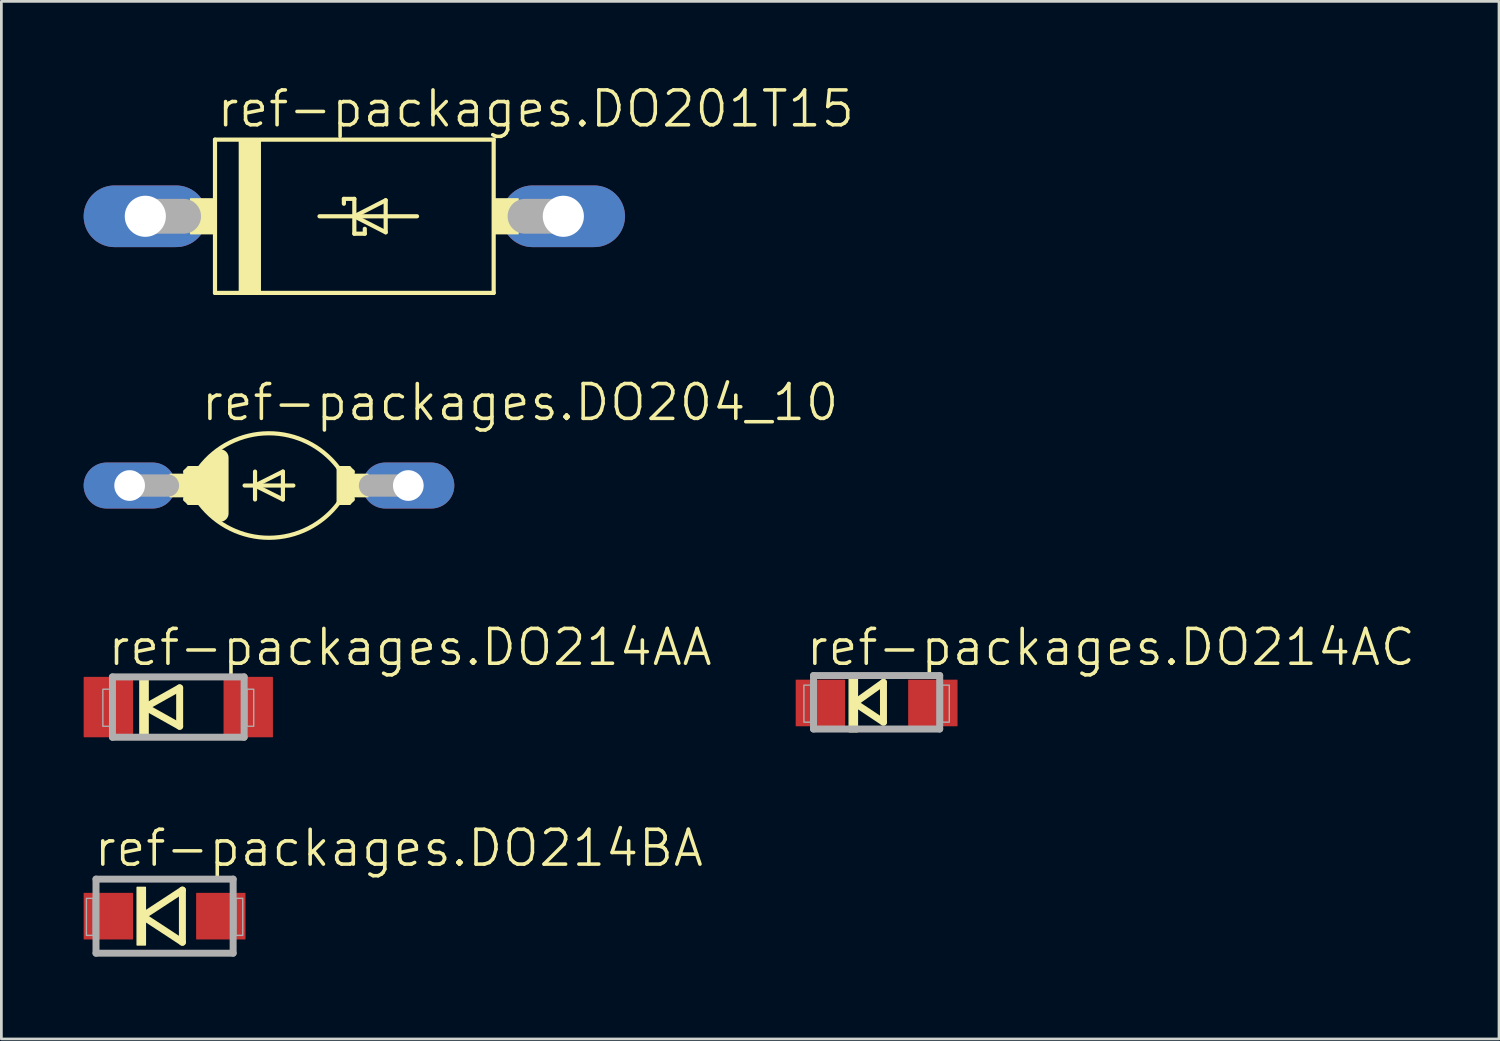
<source format=kicad_pcb>
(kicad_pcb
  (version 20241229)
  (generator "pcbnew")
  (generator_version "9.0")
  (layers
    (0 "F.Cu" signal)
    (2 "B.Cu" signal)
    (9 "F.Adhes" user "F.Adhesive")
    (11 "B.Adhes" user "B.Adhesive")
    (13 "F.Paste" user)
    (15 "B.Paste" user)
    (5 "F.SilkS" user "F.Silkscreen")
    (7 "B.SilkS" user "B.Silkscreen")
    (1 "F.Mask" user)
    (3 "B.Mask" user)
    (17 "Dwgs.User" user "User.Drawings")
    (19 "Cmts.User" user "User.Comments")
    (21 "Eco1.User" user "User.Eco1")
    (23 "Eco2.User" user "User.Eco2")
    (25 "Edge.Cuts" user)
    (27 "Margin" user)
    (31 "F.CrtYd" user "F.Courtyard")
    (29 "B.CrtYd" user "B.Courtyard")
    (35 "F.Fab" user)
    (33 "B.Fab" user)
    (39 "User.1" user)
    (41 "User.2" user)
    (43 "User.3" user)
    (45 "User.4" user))
  (footprint "ref-packages.DO214BA"
    (layer "F.Cu")
    (at 2.95 30.351)
    (property "Reference" "ref-packages.DO214BA" (at -2.64 -1.736 0) (layer "F.SilkS") (effects (font (size 1.27 1.27) (thickness 0.13)) (justify left bottom)))
    (attr smd)
    (fp_line (start -0.8 0) (end 0.65 -0.95) (stroke (width 0.254) (type default)) (layer "F.SilkS"))
    (fp_line (start 0.65 -0.95) (end 0.65 0.95) (stroke (width 0.254) (type default)) (layer "F.SilkS"))
    (fp_line (start 0.65 0.95) (end -0.8 0) (stroke (width 0.254) (type default)) (layer "F.SilkS"))
    (fp_rect (start -1 1.05) (end -0.7 -1.05) (stroke (width 0.05) (type default)) (fill yes) (layer "F.SilkS"))
    (fp_line (start -2.5 -1.35) (end 2.5 -1.35) (stroke (width 0.254) (type default)) (layer "F.Fab"))
    (fp_line (start -2.5 1.35) (end -2.5 -1.35) (stroke (width 0.254) (type default)) (layer "F.Fab"))
    (fp_line (start 2.5 -1.35) (end 2.5 1.35) (stroke (width 0.254) (type default)) (layer "F.Fab"))
    (fp_line (start 2.5 1.35) (end -2.5 1.35) (stroke (width 0.254) (type default)) (layer "F.Fab"))
    (fp_rect (start -2.85 0.7) (end -2.6 -0.65) (stroke (width 0.05) (type default)) (fill no) (layer "F.Fab"))
    (fp_rect (start 2.6 0.7) (end 2.85 -0.65) (stroke (width 0.05) (type default)) (fill no) (layer "F.Fab"))
    (pad "A" smd roundrect (at 2.05 0) (size 1.8 1.7) (layers "F.Cu" "F.Mask" "F.Paste") (roundrect_rratio 0.01))
    (pad "C" smd roundrect (at -2.05 0) (size 1.8 1.7) (layers "F.Cu" "F.Mask" "F.Paste") (roundrect_rratio 0.01)))
  (footprint "ref-packages.DO214AC"
    (layer "F.Cu")
    (at 28.909 22.578)
    (property "Reference" "ref-packages.DO214AC" (at -2.64 -1.286 0) (layer "F.SilkS") (effects (font (size 1.27 1.27) (thickness 0.13)) (justify left bottom)))
    (attr smd)
    (fp_line (start -0.8 0) (end 0.25 -0.75) (stroke (width 0.254) (type default)) (layer "F.SilkS"))
    (fp_line (start 0.25 -0.75) (end 0.25 0.7) (stroke (width 0.254) (type default)) (layer "F.SilkS"))
    (fp_line (start 0.25 0.7) (end -0.8 0) (stroke (width 0.254) (type default)) (layer "F.SilkS"))
    (fp_rect (start -1 1.05) (end -0.7 -1.05) (stroke (width 0.05) (type default)) (fill yes) (layer "F.SilkS"))
    (fp_line (start -2.3 -1) (end 2.3 -1) (stroke (width 0.254) (type default)) (layer "F.Fab"))
    (fp_line (start -2.3 0.95) (end -2.3 -1) (stroke (width 0.254) (type default)) (layer "F.Fab"))
    (fp_line (start 2.3 -1) (end 2.3 0.95) (stroke (width 0.254) (type default)) (layer "F.Fab"))
    (fp_line (start 2.3 0.95) (end -2.3 0.95) (stroke (width 0.254) (type default)) (layer "F.Fab"))
    (fp_rect (start -2.65 0.7) (end -2.4 -0.65) (stroke (width 0.05) (type default)) (fill no) (layer "F.Fab"))
    (fp_rect (start 2.4 0.7) (end 2.65 -0.65) (stroke (width 0.05) (type default)) (fill no) (layer "F.Fab"))
    (pad "A" smd roundrect (at 2.05 0) (size 1.8 1.7) (layers "F.Cu" "F.Mask" "F.Paste") (roundrect_rratio 0.01))
    (pad "C" smd roundrect (at -2.05 0) (size 1.8 1.7) (layers "F.Cu" "F.Mask" "F.Paste") (roundrect_rratio 0.01)))
  (footprint "ref-packages.DO204_10"
    (layer "F.Cu")
    (at 6.756 14.651)
    (property "Reference" "ref-packages.DO204_10" (at -2.54 -2.286 0) (layer "F.SilkS") (effects (font (size 1.27 1.27) (thickness 0.13)) (justify left bottom)))
    (attr through_hole)
    (fp_line (start -3.048 -0.508) (end -2.921 -0.635) (stroke (width 0.152) (type default)) (layer "F.SilkS"))
    (fp_line (start -3.048 0.508) (end -3.048 -0.508) (stroke (width 0.152) (type default)) (layer "F.SilkS"))
    (fp_line (start -3.048 0.508) (end -2.921 0.635) (stroke (width 0.152) (type default)) (layer "F.SilkS"))
    (fp_line (start -2.794 -0.381) (end -2.794 0.381) (stroke (width 0.61) (type default)) (layer "F.SilkS"))
    (fp_line (start -2.54 -0.635) (end -2.921 -0.635) (stroke (width 0.152) (type default)) (layer "F.SilkS"))
    (fp_line (start -2.54 -0.635) (end -2.54 0.635) (stroke (width 0.152) (type default)) (layer "F.SilkS"))
    (fp_line (start -2.54 0.635) (end -2.921 0.635) (stroke (width 0.152) (type default)) (layer "F.SilkS"))
    (fp_line (start -2.286 -0.508) (end -2.286 0.508) (stroke (width 0.61) (type default)) (layer "F.SilkS"))
    (fp_line (start -2.286 -0.508) (end -2.032 -0.762) (stroke (width 0.61) (type default)) (layer "F.SilkS"))
    (fp_line (start -2.032 0.762) (end -2.286 0.508) (stroke (width 0.61) (type default)) (layer "F.SilkS"))
    (fp_line (start -1.778 -1.016) (end -1.778 1.016) (stroke (width 0.61) (type default)) (layer "F.SilkS"))
    (fp_line (start -0.889 0) (end -0.508 0) (stroke (width 0.152) (type default)) (layer "F.SilkS"))
    (fp_line (start -0.508 -0.508) (end -0.508 0) (stroke (width 0.152) (type default)) (layer "F.SilkS"))
    (fp_line (start -0.508 0) (end -0.508 0.508) (stroke (width 0.152) (type default)) (layer "F.SilkS"))
    (fp_line (start -0.508 0) (end 0.508 -0.508) (stroke (width 0.152) (type default)) (layer "F.SilkS"))
    (fp_line (start -0.508 0) (end 0.889 0) (stroke (width 0.152) (type default)) (layer "F.SilkS"))
    (fp_line (start 0.508 -0.508) (end 0.508 0.508) (stroke (width 0.152) (type default)) (layer "F.SilkS"))
    (fp_line (start 0.508 0.508) (end -0.508 0) (stroke (width 0.152) (type default)) (layer "F.SilkS"))
    (fp_line (start 2.54 -0.635) (end 2.54 0.635) (stroke (width 0.152) (type default)) (layer "F.SilkS"))
    (fp_line (start 2.54 -0.635) (end 2.921 -0.635) (stroke (width 0.152) (type default)) (layer "F.SilkS"))
    (fp_line (start 2.54 0.635) (end 2.921 0.635) (stroke (width 0.152) (type default)) (layer "F.SilkS"))
    (fp_line (start 2.794 -0.381) (end 2.794 0.381) (stroke (width 0.61) (type default)) (layer "F.SilkS"))
    (fp_line (start 3.048 -0.508) (end 2.921 -0.635) (stroke (width 0.152) (type default)) (layer "F.SilkS"))
    (fp_line (start 3.048 0.508) (end 2.921 0.635) (stroke (width 0.152) (type default)) (layer "F.SilkS"))
    (fp_line (start 3.048 0.508) (end 3.048 -0.508) (stroke (width 0.152) (type default)) (layer "F.SilkS"))
    (fp_rect (start -3.607 0.406) (end -3.048 -0.406) (stroke (width 0.05) (type default)) (fill yes) (layer "F.SilkS"))
    (fp_rect (start 3.048 0.406) (end 3.607 -0.406) (stroke (width 0.05) (type default)) (fill yes) (layer "F.SilkS"))
    (fp_arc (start -2.54 -0.635) (mid -0.012027 -1.904983) (end 2.5255 -0.6542) (stroke (width 0.1524) (type default)) (layer "F.SilkS"))
    (fp_arc (start 2.54 0.635) (mid 0.012027 1.904983) (end -2.5255 0.6542) (stroke (width 0.1524) (type default)) (layer "F.SilkS"))
    (fp_line (start -5.08 0) (end -3.683 0) (stroke (width 0.813) (type default)) (layer "F.Fab"))
    (fp_line (start 5.08 0) (end 3.683 0) (stroke (width 0.813) (type default)) (layer "F.Fab"))
    (pad "A" thru_hole oval (at 5.08 0) (size 3.353 1.676) (drill 1.118) (layers "*.Cu" "*.Mask"))
    (pad "C" thru_hole oval (at -5.08 0) (size 3.353 1.676) (drill 1.118) (layers "*.Cu" "*.Mask")))
  (footprint "ref-packages.DO201T15"
    (layer "F.Cu")
    (at 9.868 4.835)
    (property "Reference" "ref-packages.DO201T15" (at -5.08 -3.175 0) (layer "F.SilkS") (effects (font (size 1.27 1.27) (thickness 0.13)) (justify left bottom)))
    (attr through_hole)
    (fp_line (start -5.08 -2.794) (end 5.08 -2.794) (stroke (width 0.152) (type default)) (layer "F.SilkS"))
    (fp_line (start -5.08 2.794) (end -5.08 -2.794) (stroke (width 0.152) (type default)) (layer "F.SilkS"))
    (fp_line (start -1.27 0) (end 0 0) (stroke (width 0.152) (type default)) (layer "F.SilkS"))
    (fp_line (start -0.381 -0.635) (end 0 -0.635) (stroke (width 0.152) (type default)) (layer "F.SilkS"))
    (fp_line (start -0.381 -0.457) (end -0.381 -0.635) (stroke (width 0.152) (type default)) (layer "F.SilkS"))
    (fp_line (start 0 -0.635) (end 0 0) (stroke (width 0.152) (type default)) (layer "F.SilkS"))
    (fp_line (start 0 0) (end 1.143 -0.584) (stroke (width 0.152) (type default)) (layer "F.SilkS"))
    (fp_line (start 0 0) (end 2.286 0) (stroke (width 0.152) (type default)) (layer "F.SilkS"))
    (fp_line (start 0 0.635) (end 0 0) (stroke (width 0.152) (type default)) (layer "F.SilkS"))
    (fp_line (start 0.381 0.457) (end 0.381 0.635) (stroke (width 0.152) (type default)) (layer "F.SilkS"))
    (fp_line (start 0.381 0.635) (end 0 0.635) (stroke (width 0.152) (type default)) (layer "F.SilkS"))
    (fp_line (start 1.143 -0.584) (end 1.143 0.584) (stroke (width 0.152) (type default)) (layer "F.SilkS"))
    (fp_line (start 1.143 0.584) (end 0 0) (stroke (width 0.152) (type default)) (layer "F.SilkS"))
    (fp_line (start 5.08 -2.794) (end 5.08 2.794) (stroke (width 0.152) (type default)) (layer "F.SilkS"))
    (fp_line (start 5.08 2.794) (end -5.08 2.794) (stroke (width 0.152) (type default)) (layer "F.SilkS"))
    (fp_rect (start -5.969 0.635) (end -5.08 -0.635) (stroke (width 0.05) (type default)) (fill yes) (layer "F.SilkS"))
    (fp_rect (start -4.191 2.794) (end -3.429 -2.794) (stroke (width 0.05) (type default)) (fill yes) (layer "F.SilkS"))
    (fp_rect (start 5.08 0.635) (end 5.969 -0.635) (stroke (width 0.05) (type default)) (fill yes) (layer "F.SilkS"))
    (fp_line (start -7.62 0) (end -6.223 0) (stroke (width 1.27) (type default)) (layer "F.Fab"))
    (fp_line (start 7.62 0) (end 6.223 0) (stroke (width 1.27) (type default)) (layer "F.Fab"))
    (pad "A" thru_hole oval (at 7.62 0) (size 4.496 2.248) (drill 1.499) (layers "*.Cu" "*.Mask"))
    (pad "C" thru_hole oval (at -7.62 0) (size 4.496 2.248) (drill 1.499) (layers "*.Cu" "*.Mask")))
  (footprint "ref-packages.DO214AA"
    (layer "F.Cu")
    (at 3.45 22.728)
    (property "Reference" "ref-packages.DO214AA" (at -2.64 -1.436 0) (layer "F.SilkS") (effects (font (size 1.27 1.27) (thickness 0.13)) (justify left bottom)))
    (attr smd)
    (fp_line (start -1.2 0) (end 0.05 -0.7) (stroke (width 0.254) (type default)) (layer "F.SilkS"))
    (fp_line (start 0.05 -0.7) (end 0.05 0.7) (stroke (width 0.254) (type default)) (layer "F.SilkS"))
    (fp_line (start 0.05 0.7) (end -1.2 0) (stroke (width 0.254) (type default)) (layer "F.SilkS"))
    (fp_rect (start -1.4 1.05) (end -1.1 -1.05) (stroke (width 0.05) (type default)) (fill yes) (layer "F.SilkS"))
    (fp_line (start -2.4 -1.1) (end 2.4 -1.1) (stroke (width 0.254) (type default)) (layer "F.Fab"))
    (fp_line (start -2.4 1.1) (end -2.4 -1.1) (stroke (width 0.254) (type default)) (layer "F.Fab"))
    (fp_line (start 2.4 -1.1) (end 2.4 1.1) (stroke (width 0.254) (type default)) (layer "F.Fab"))
    (fp_line (start 2.4 1.1) (end -2.4 1.1) (stroke (width 0.254) (type default)) (layer "F.Fab"))
    (fp_rect (start -2.75 0.7) (end -2.5 -0.65) (stroke (width 0.05) (type default)) (fill no) (layer "F.Fab"))
    (fp_rect (start 2.5 0.7) (end 2.75 -0.65) (stroke (width 0.05) (type default)) (fill no) (layer "F.Fab"))
    (pad "A" smd roundrect (at 2.55 0) (size 1.8 2.2) (layers "F.Cu" "F.Mask" "F.Paste") (roundrect_rratio 0.01))
    (pad "C" smd roundrect (at -2.55 0) (size 1.8 2.2) (layers "F.Cu" "F.Mask" "F.Paste") (roundrect_rratio 0.01)))
  (gr_rect
    (start -3 -3)
    (end 51.6 34.828)
    (stroke (width 0.1) (type default))
    (fill no)
    (layer "Edge.Cuts")))
</source>
